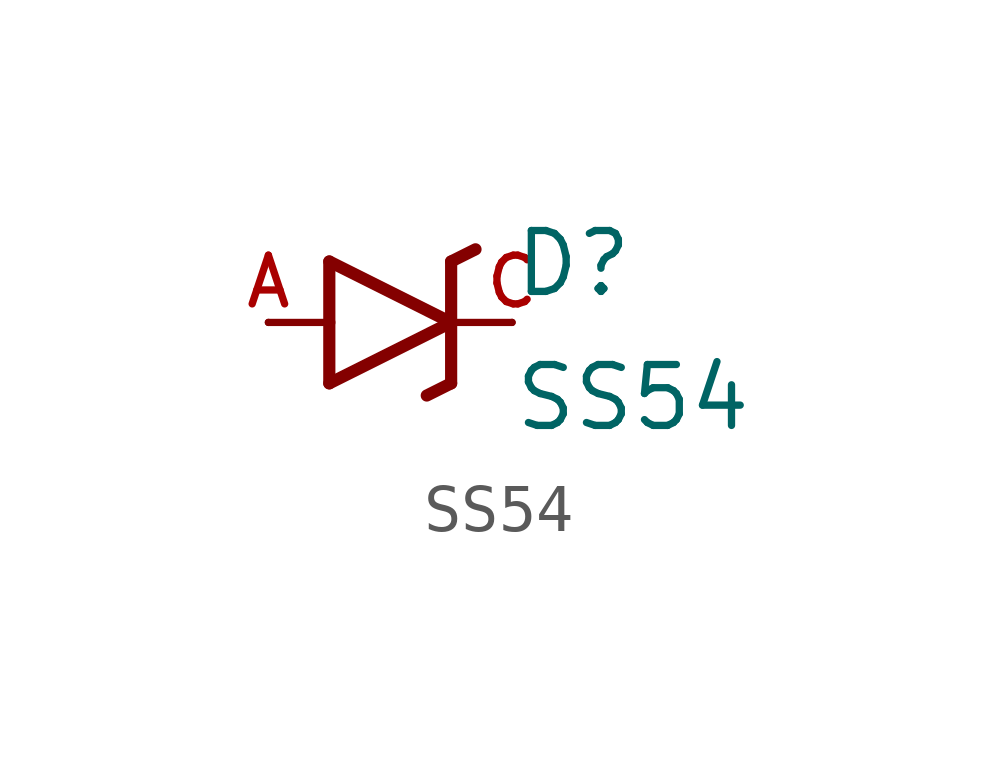
<source format=kicad_sym>
(kicad_symbol_lib
  (version 20211014)
  (generator kicad_symbol_editor)
  (symbol "SS54"
    (pin_names
      (offset 1.016))
    (property "Reference" "D"
      (at 2.54 0.483 0)
      (effects (font (size 1.27 1.27)) (justify bottom left)))
    (property "Value" "SS54"
      (at 2.54 -2.311 0)
      (effects (font (size 1.27 1.27)) (justify bottom left)))
    (symbol "SS54_0_0"
      (polyline (pts (xy -1.27 -1.27) (xy 1.27 0.0)) (stroke (width 0.254)))
      (polyline (pts (xy 1.27 0.0) (xy -1.27 1.27)) (stroke (width 0.254)))
      (polyline (pts (xy 1.27 1.27) (xy 1.27 0.0)) (stroke (width 0.254)))
      (polyline (pts (xy -1.27 1.27) (xy -1.27 0.0)) (stroke (width 0.254)))
      (polyline (pts (xy -1.27 0.0) (xy -1.27 -1.27)) (stroke (width 0.254)))
      (polyline (pts (xy 1.27 0.0) (xy 1.27 -1.27)) (stroke (width 0.254)))
      (polyline (pts (xy 1.27 1.27) (xy 1.778 1.524)) (stroke (width 0.254)))
      (polyline (pts (xy 1.27 -1.27) (xy 0.762 -1.524)) (stroke (width 0.254)))
      (polyline (pts (xy -2.54 0.0) (xy -1.27 0.0)) (stroke (width 0.152)))
      (polyline (pts (xy 2.54 0.0) (xy 1.27 0.0)) (stroke (width 0.152)))
      (pin passive line (at -2.54 0.0 0) (length 0) (name "~" (effects (font (size 1.016 1.016)))) (number "A" (effects (font (size 1.016 1.016)))))
      (pin passive line (at 2.54 0.0 180.0) (length 0) (name "~" (effects (font (size 1.016 1.016)))) (number "C" (effects (font (size 1.016 1.016))))))))
</source>
